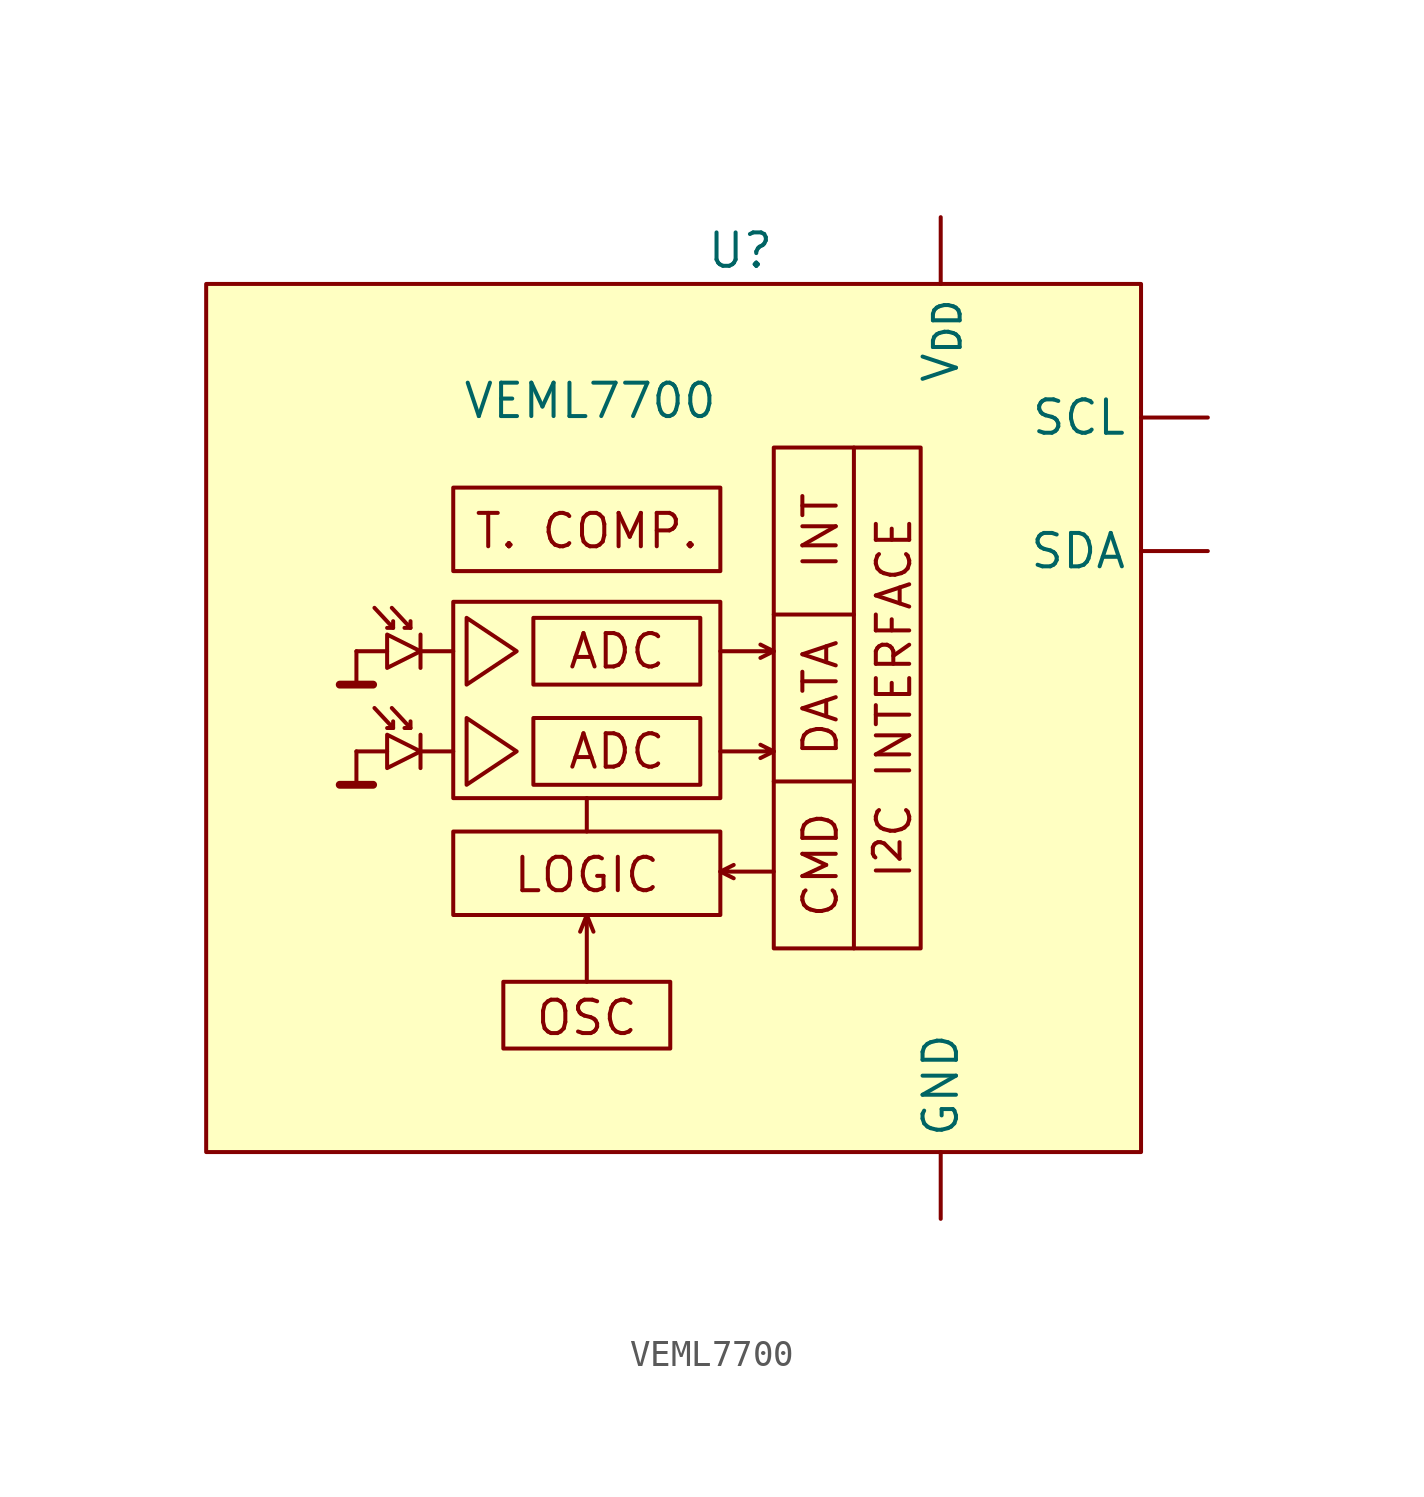
<source format=kicad_sym>
(kicad_symbol_lib
  (version 20220914)
  (generator kicad_symbol_editor)
  (symbol "VEML7700"
    (property "Reference" "U"
      (at -7.62 8.89 0)
      (effects (font (size 1.27 1.27))))
    (property "Value" "VEML7700"
      (at -13.335 3.175 0)
      (effects (font (size 1.27 1.27))))
    (symbol "VEML7700_0_1"
      (rectangle (start -27.94 7.62) (end 7.62 -25.4) (stroke (width 0) (type default)) (fill (type background)))
      (rectangle (start -18.542 -13.208) (end -8.382 -16.383) (stroke (width 0) (type default)) (fill (type none)))
      (rectangle (start -18.542 -4.47) (end -8.382 -11.938) (stroke (width 0) (type default)) (fill (type none)))
      (rectangle (start -18.542 -0.127) (end -8.382 -3.302) (stroke (width 0) (type default)) (fill (type none)))
      (rectangle (start -16.637 -18.923) (end -10.287 -21.463) (stroke (width 0) (type default)) (fill (type none)))
      (rectangle (start -15.494 -8.89) (end -9.144 -11.43) (stroke (width 0) (type default)) (fill (type none)))
      (rectangle (start -15.494 -5.08) (end -9.144 -7.62) (stroke (width 0) (type default)) (fill (type none)))
      (rectangle (start -6.35 1.397) (end -0.762 -17.653) (stroke (width 0) (type default)) (fill (type none)))
      (polyline (pts (xy -22.86 -11.43) (xy -21.59 -11.43)) (stroke (width 0.3) (type default)) (fill (type none)))
      (polyline (pts (xy -22.86 -7.62) (xy -21.59 -7.62)) (stroke (width 0.3) (type default)) (fill (type none)))
      (polyline (pts (xy -22.225 -10.16) (xy -22.225 -11.43)) (stroke (width 0) (type default)) (fill (type none)))
      (polyline (pts (xy -22.225 -6.35) (xy -22.225 -7.62)) (stroke (width 0) (type default)) (fill (type none)))
      (polyline (pts (xy -21.057 -10.16) (xy -22.225 -10.16)) (stroke (width 0) (type default)) (fill (type none)))
      (polyline (pts (xy -21.057 -6.35) (xy -22.225 -6.35)) (stroke (width 0) (type default)) (fill (type none)))
      (polyline (pts (xy -20.828 -9.271) (xy -21.057 -9.271)) (stroke (width 0) (type default)) (fill (type none)))
      (polyline (pts (xy -20.828 -5.461) (xy -21.057 -5.461)) (stroke (width 0) (type default)) (fill (type none)))
      (polyline (pts (xy -20.168 -9.271) (xy -20.396 -9.271)) (stroke (width 0) (type default)) (fill (type none)))
      (polyline (pts (xy -20.168 -5.461) (xy -20.396 -5.461)) (stroke (width 0) (type default)) (fill (type none)))
      (polyline (pts (xy -19.787 -10.16) (xy -18.542 -10.16)) (stroke (width 0) (type default)) (fill (type none)))
      (polyline (pts (xy -19.787 -9.525) (xy -19.787 -10.795)) (stroke (width 0) (type default)) (fill (type none)))
      (polyline (pts (xy -19.787 -6.35) (xy -18.542 -6.35)) (stroke (width 0) (type default)) (fill (type none)))
      (polyline (pts (xy -19.787 -5.715) (xy -19.787 -6.985)) (stroke (width 0) (type default)) (fill (type none)))
      (polyline (pts (xy -13.462 -16.383) (xy -13.208 -17.018)) (stroke (width 0) (type default)) (fill (type none)))
      (polyline (pts (xy -13.462 -13.208) (xy -13.462 -11.938)) (stroke (width 0) (type default)) (fill (type none)))
      (polyline (pts (xy -8.382 -14.732) (xy -7.874 -14.986)) (stroke (width 0) (type default)) (fill (type none)))
      (polyline (pts (xy -6.35 -11.303) (xy -3.302 -11.303)) (stroke (width 0) (type default)) (fill (type none)))
      (polyline (pts (xy -6.35 -10.16) (xy -6.858 -10.414)) (stroke (width 0) (type default)) (fill (type none)))
      (polyline (pts (xy -6.35 -6.35) (xy -6.858 -6.604)) (stroke (width 0) (type default)) (fill (type none)))
      (polyline (pts (xy -6.35 -4.953) (xy -3.302 -4.953)) (stroke (width 0) (type default)) (fill (type none)))
      (polyline (pts (xy -3.302 -17.653) (xy -3.302 1.397)) (stroke (width 0) (type default)) (fill (type none)))
      (polyline (pts (xy -21.539 -8.509) (xy -20.828 -9.271) (xy -20.828 -9.017)) (stroke (width 0) (type default)) (fill (type none)))
      (polyline (pts (xy -21.539 -4.699) (xy -20.828 -5.461) (xy -20.828 -5.207)) (stroke (width 0) (type default)) (fill (type none)))
      (polyline (pts (xy -20.879 -8.509) (xy -20.168 -9.271) (xy -20.168 -9.017)) (stroke (width 0) (type default)) (fill (type none)))
      (polyline (pts (xy -20.879 -4.699) (xy -20.168 -5.461) (xy -20.168 -5.207)) (stroke (width 0) (type default)) (fill (type none)))
      (polyline (pts (xy -13.462 -18.923) (xy -13.462 -16.383) (xy -13.716 -17.018)) (stroke (width 0) (type default)) (fill (type none)))
      (polyline (pts (xy -8.382 -10.16) (xy -6.35 -10.16) (xy -6.858 -9.906)) (stroke (width 0) (type default)) (fill (type none)))
      (polyline (pts (xy -8.382 -6.35) (xy -6.35 -6.35) (xy -6.858 -6.096)) (stroke (width 0) (type default)) (fill (type none)))
      (polyline (pts (xy -6.35 -14.732) (xy -8.382 -14.732) (xy -7.874 -14.478)) (stroke (width 0) (type default)) (fill (type none)))
      (polyline (pts (xy -21.057 -9.525) (xy -21.057 -10.795) (xy -19.787 -10.16) (xy -21.057 -9.525)) (stroke (width 0) (type default)) (fill (type none)))
      (polyline (pts (xy -21.057 -5.715) (xy -21.057 -6.985) (xy -19.787 -6.35) (xy -21.057 -5.715)) (stroke (width 0) (type default)) (fill (type none)))
      (polyline (pts (xy -18.034 -8.89) (xy -18.034 -11.43) (xy -16.129 -10.16) (xy -18.034 -8.89)) (stroke (width 0) (type default)) (fill (type none)))
      (polyline (pts (xy -18.034 -5.08) (xy -18.034 -7.62) (xy -16.129 -6.35) (xy -18.034 -5.08)) (stroke (width 0) (type default)) (fill (type none)))
      (text "ADC" (at -12.319 -10.16 0) (effects (font (size 1.27 1.27))))
      (text "ADC" (at -12.319 -6.35 0) (effects (font (size 1.27 1.27))))
      (text "CMD" (at -4.572 -14.478 900) (effects (font (size 1.27 1.27))))
      (text "DATA" (at -4.572 -8.128 900) (effects (font (size 1.27 1.27))))
      (text "I^{2}C INTERFACE" (at -1.778 -8.128 900) (effects (font (size 1.27 1.27))))
      (text "INT" (at -4.572 -1.778 900) (effects (font (size 1.27 1.27))))
      (text "LOGIC" (at -13.462 -14.859 0) (effects (font (size 1.27 1.27))))
      (text "OSC" (at -13.462 -20.295 0) (effects (font (size 1.27 1.27))))
      (text "T. COMP." (at -13.462 -1.778 0) (effects (font (size 1.27 1.27)))))
    (symbol "VEML7700_1_1"
      (pin power_in line (at 0 -27.94 90) (length 2.54) (name "GND" (effects (font (size 1.27 1.27)))) (number "" (effects (font (size 1.27 1.27)))))
      (pin input line (at 10.16 2.54 180) (length 2.54) (name "SCL" (effects (font (size 1.27 1.27)))) (number "" (effects (font (size 1.27 1.27)))))
      (pin input line (at 10.16 -2.54 180) (length 2.54) (name "SDA" (effects (font (size 1.27 1.27)))) (number "" (effects (font (size 1.27 1.27)))))
      (pin power_in line (at 0 10.16 270) (length 2.54) (name "V_{DD}" (effects (font (size 1.27 1.27)))) (number "" (effects (font (size 1.27 1.27))))))))
</source>
